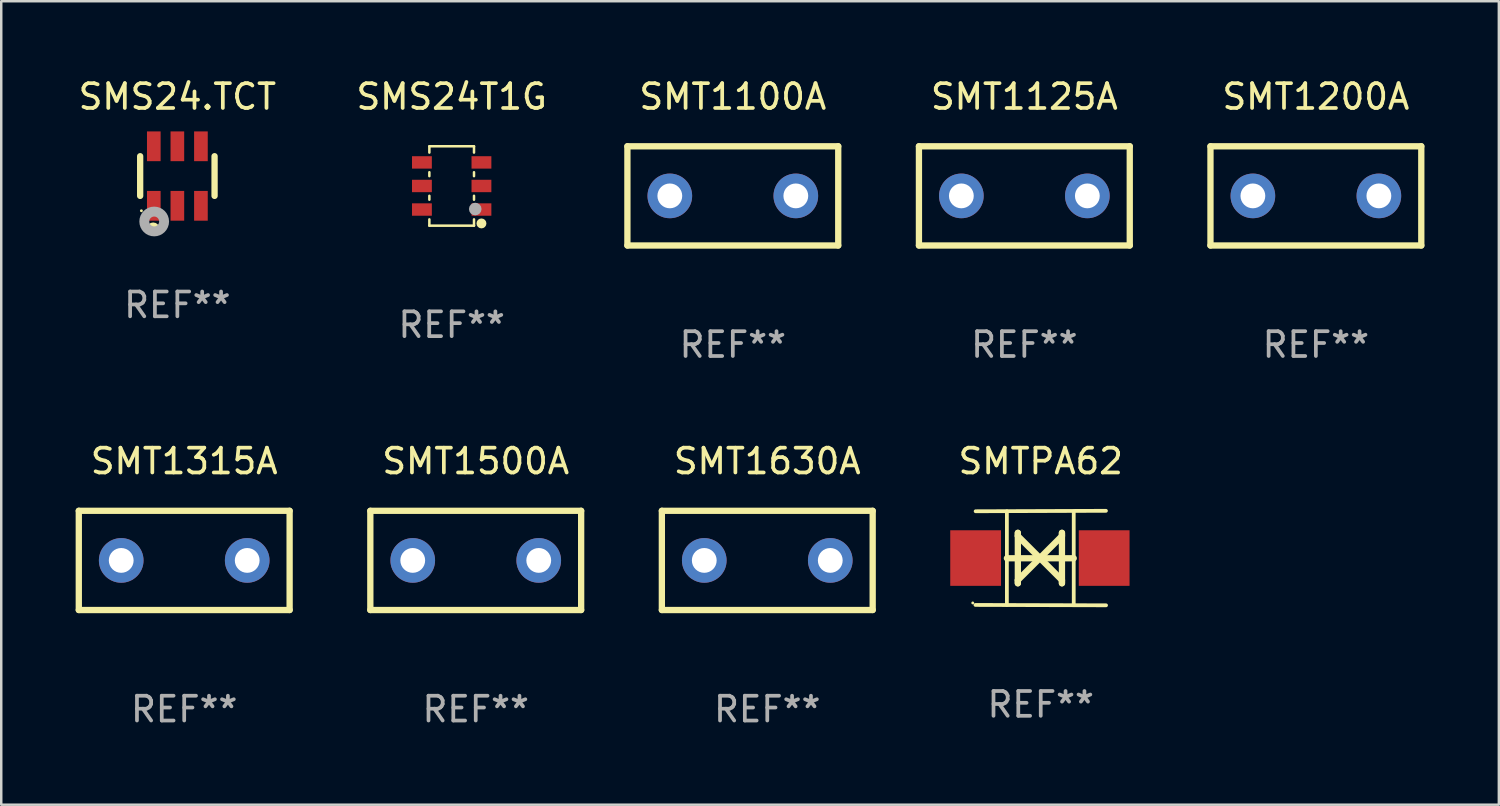
<source format=kicad_pcb>
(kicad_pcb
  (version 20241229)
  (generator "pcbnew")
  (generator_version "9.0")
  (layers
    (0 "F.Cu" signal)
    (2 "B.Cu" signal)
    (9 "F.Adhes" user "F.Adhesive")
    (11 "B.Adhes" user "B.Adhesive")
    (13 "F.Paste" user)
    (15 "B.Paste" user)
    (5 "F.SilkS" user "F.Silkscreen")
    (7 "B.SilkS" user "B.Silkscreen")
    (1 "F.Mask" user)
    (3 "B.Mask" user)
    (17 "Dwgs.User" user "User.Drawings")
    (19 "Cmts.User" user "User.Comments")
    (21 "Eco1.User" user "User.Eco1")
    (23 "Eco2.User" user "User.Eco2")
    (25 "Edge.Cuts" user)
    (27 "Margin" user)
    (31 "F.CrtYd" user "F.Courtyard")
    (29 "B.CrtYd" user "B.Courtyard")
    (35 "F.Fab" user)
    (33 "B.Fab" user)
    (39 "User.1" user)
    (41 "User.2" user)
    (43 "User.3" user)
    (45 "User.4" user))
  (footprint "SMT1100A"
    (layer "F.Cu")
    (at 26.496 4.848)
    (property "Reference" "SMT1100A" (at 0 -4 0) (layer "F.SilkS") (effects (font (size 1 1) (thickness 0.15))))
    (attr through_hole)
    (fp_line (start -4.25 2) (end -4.25 -2) (stroke (width 0.254) (type solid)) (layer "F.SilkS"))
    (fp_line (start -4.25 -2) (end 4.25 -2) (stroke (width 0.254) (type solid)) (layer "F.SilkS"))
    (fp_line (start 4.25 2) (end -4.25 2) (stroke (width 0.254) (type solid)) (layer "F.SilkS"))
    (fp_line (start 4.25 -2) (end 4.25 2) (stroke (width 0.254) (type solid)) (layer "F.SilkS"))
    (fp_circle (center -4.25 2) (end -4.22 2) (stroke (width 0.06) (type solid)) (fill no) (layer "F.SilkS"))
    (fp_text user "REF**" (at 0 6 0) (layer "F.Fab") (effects (font (size 1 1) (thickness 0.15))))
    (pad "1" thru_hole circle (at -2.54 0) (size 1.8 1.8) (drill 1) (layers "*.Cu" "*.Mask"))
    (pad "2" thru_hole circle (at 2.54 0) (size 1.8 1.8) (drill 1) (layers "*.Cu" "*.Mask")))
  (footprint "SMT1125A"
    (layer "F.Cu")
    (at 38.25 4.848)
    (property "Reference" "SMT1125A" (at 0 -4 0) (layer "F.SilkS") (effects (font (size 1 1) (thickness 0.15))))
    (attr through_hole)
    (fp_line (start -4.25 2) (end -4.25 -2) (stroke (width 0.254) (type solid)) (layer "F.SilkS"))
    (fp_line (start -4.25 -2) (end 4.25 -2) (stroke (width 0.254) (type solid)) (layer "F.SilkS"))
    (fp_line (start 4.25 2) (end -4.25 2) (stroke (width 0.254) (type solid)) (layer "F.SilkS"))
    (fp_line (start 4.25 -2) (end 4.25 2) (stroke (width 0.254) (type solid)) (layer "F.SilkS"))
    (fp_circle (center -4.25 2) (end -4.22 2) (stroke (width 0.06) (type solid)) (fill no) (layer "F.SilkS"))
    (fp_text user "REF**" (at 0 6 0) (layer "F.Fab") (effects (font (size 1 1) (thickness 0.15))))
    (pad "1" thru_hole circle (at -2.54 0) (size 1.8 1.8) (drill 1) (layers "*.Cu" "*.Mask"))
    (pad "2" thru_hole circle (at 2.54 0) (size 1.8 1.8) (drill 1) (layers "*.Cu" "*.Mask")))
  (footprint "SMT1200A"
    (layer "F.Cu")
    (at 50.004 4.848)
    (property "Reference" "SMT1200A" (at 0 -4 0) (layer "F.SilkS") (effects (font (size 1 1) (thickness 0.15))))
    (attr through_hole)
    (fp_line (start -4.25 2) (end -4.25 -2) (stroke (width 0.254) (type solid)) (layer "F.SilkS"))
    (fp_line (start -4.25 -2) (end 4.25 -2) (stroke (width 0.254) (type solid)) (layer "F.SilkS"))
    (fp_line (start 4.25 2) (end -4.25 2) (stroke (width 0.254) (type solid)) (layer "F.SilkS"))
    (fp_line (start 4.25 -2) (end 4.25 2) (stroke (width 0.254) (type solid)) (layer "F.SilkS"))
    (fp_circle (center -4.25 2) (end -4.22 2) (stroke (width 0.06) (type solid)) (fill no) (layer "F.SilkS"))
    (fp_text user "REF**" (at 0 6 0) (layer "F.Fab") (effects (font (size 1 1) (thickness 0.15))))
    (pad "1" thru_hole circle (at -2.54 0) (size 1.8 1.8) (drill 1) (layers "*.Cu" "*.Mask"))
    (pad "2" thru_hole circle (at 2.54 0) (size 1.8 1.8) (drill 1) (layers "*.Cu" "*.Mask")))
  (footprint "SMS24T1G"
    (layer "F.Cu")
    (at 15.161 4.448)
    (property "Reference" "SMS24T1G" (at 0 -3.6 0) (layer "F.SilkS") (effects (font (size 1 1) (thickness 0.15))))
    (attr through_hole)
    (fp_line (start -0.9 -1.6) (end 0.9 -1.6) (stroke (width 0.101) (type solid)) (layer "F.SilkS"))
    (fp_line (start -0.9 -1.346) (end -0.9 -1.6) (stroke (width 0.101) (type solid)) (layer "F.SilkS"))
    (fp_line (start -0.9 -0.396) (end -0.9 -0.554) (stroke (width 0.101) (type solid)) (layer "F.SilkS"))
    (fp_line (start -0.9 0.554) (end -0.9 0.396) (stroke (width 0.101) (type solid)) (layer "F.SilkS"))
    (fp_line (start -0.9 1.6) (end -0.9 1.346) (stroke (width 0.101) (type solid)) (layer "F.SilkS"))
    (fp_line (start -0.9 1.6) (end 0.9 1.6) (stroke (width 0.101) (type solid)) (layer "F.SilkS"))
    (fp_line (start 0.9 -1.346) (end 0.9 -1.6) (stroke (width 0.101) (type solid)) (layer "F.SilkS"))
    (fp_line (start 0.9 -0.396) (end 0.9 -0.554) (stroke (width 0.101) (type solid)) (layer "F.SilkS"))
    (fp_line (start 0.9 0.554) (end 0.9 0.396) (stroke (width 0.101) (type solid)) (layer "F.SilkS"))
    (fp_line (start 0.9 1.6) (end 0.9 1.346) (stroke (width 0.101) (type solid)) (layer "F.SilkS"))
    (fp_circle (center 1.2 1.51) (end 1.3 1.51) (stroke (width 0.2) (type solid)) (fill no) (layer "F.SilkS"))
    (fp_circle (center 1.25 1.45) (end 1.28 1.45) (stroke (width 0.06) (type solid)) (fill no) (layer "F.SilkS"))
    (fp_circle (center 0.95 0.93) (end 1.077 0.93) (stroke (width 0.254) (type solid)) (fill no) (layer "F.Fab"))
    (fp_text user "REF**" (at 0 5.6 0) (layer "F.Fab") (effects (font (size 1 1) (thickness 0.15))))
    (pad "1" smd rect (at 1.2 0.95 90) (size 0.5 0.8) (layers "F.Cu" "F.Mask" "F.Paste"))
    (pad "2" smd rect (at 1.2 0 90) (size 0.5 0.8) (layers "F.Cu" "F.Mask" "F.Paste"))
    (pad "3" smd rect (at 1.2 -0.95 90) (size 0.5 0.8) (layers "F.Cu" "F.Mask" "F.Paste"))
    (pad "4" smd rect (at -1.2 -0.95 90) (size 0.5 0.8) (layers "F.Cu" "F.Mask" "F.Paste"))
    (pad "5" smd rect (at -1.2 0 90) (size 0.5 0.8) (layers "F.Cu" "F.Mask" "F.Paste"))
    (pad "6" smd rect (at -1.2 0.95 90) (size 0.5 0.8) (layers "F.Cu" "F.Mask" "F.Paste")))
  (footprint "SMT1315A"
    (layer "F.Cu")
    (at 4.377 19.545)
    (property "Reference" "SMT1315A" (at 0 -4 0) (layer "F.SilkS") (effects (font (size 1 1) (thickness 0.15))))
    (attr through_hole)
    (fp_line (start -4.25 2) (end -4.25 -2) (stroke (width 0.254) (type solid)) (layer "F.SilkS"))
    (fp_line (start -4.25 -2) (end 4.25 -2) (stroke (width 0.254) (type solid)) (layer "F.SilkS"))
    (fp_line (start 4.25 2) (end -4.25 2) (stroke (width 0.254) (type solid)) (layer "F.SilkS"))
    (fp_line (start 4.25 -2) (end 4.25 2) (stroke (width 0.254) (type solid)) (layer "F.SilkS"))
    (fp_circle (center -4.25 2) (end -4.22 2) (stroke (width 0.06) (type solid)) (fill no) (layer "F.SilkS"))
    (fp_text user "REF**" (at 0 6 0) (layer "F.Fab") (effects (font (size 1 1) (thickness 0.15))))
    (pad "1" thru_hole circle (at -2.54 0) (size 1.8 1.8) (drill 1) (layers "*.Cu" "*.Mask"))
    (pad "2" thru_hole circle (at 2.54 0) (size 1.8 1.8) (drill 1) (layers "*.Cu" "*.Mask")))
  (footprint "SMT1630A"
    (layer "F.Cu")
    (at 27.885 19.545)
    (property "Reference" "SMT1630A" (at 0 -4 0) (layer "F.SilkS") (effects (font (size 1 1) (thickness 0.15))))
    (attr through_hole)
    (fp_line (start -4.25 2) (end -4.25 -2) (stroke (width 0.254) (type solid)) (layer "F.SilkS"))
    (fp_line (start -4.25 -2) (end 4.25 -2) (stroke (width 0.254) (type solid)) (layer "F.SilkS"))
    (fp_line (start 4.25 2) (end -4.25 2) (stroke (width 0.254) (type solid)) (layer "F.SilkS"))
    (fp_line (start 4.25 -2) (end 4.25 2) (stroke (width 0.254) (type solid)) (layer "F.SilkS"))
    (fp_circle (center -4.25 2) (end -4.22 2) (stroke (width 0.06) (type solid)) (fill no) (layer "F.SilkS"))
    (fp_text user "REF**" (at 0 6 0) (layer "F.Fab") (effects (font (size 1 1) (thickness 0.15))))
    (pad "1" thru_hole circle (at -2.54 0) (size 1.8 1.8) (drill 1) (layers "*.Cu" "*.Mask"))
    (pad "2" thru_hole circle (at 2.54 0) (size 1.8 1.8) (drill 1) (layers "*.Cu" "*.Mask")))
  (footprint "SMTPA62"
    (layer "F.Cu")
    (at 38.911 19.45)
    (property "Reference" "SMTPA62" (at 0 -3.905 0) (layer "F.SilkS") (effects (font (size 1 1) (thickness 0.15))))
    (attr through_hole)
    (fp_line (start -1.365 1.886) (end -1.365 -1.886) (stroke (width 0.152) (type solid)) (layer "F.SilkS"))
    (fp_line (start -1.365 0.008) (end 1.33 0.008) (stroke (width 0.254) (type solid)) (layer "F.SilkS"))
    (fp_line (start -0.923 -1.016) (end -0.923 1.016) (stroke (width 0.254) (type solid)) (layer "F.SilkS"))
    (fp_line (start -0.923 -0.889) (end -0.923 -1.016) (stroke (width 0.254) (type solid)) (layer "F.SilkS"))
    (fp_line (start -0.923 0.889) (end -0.034 0) (stroke (width 0.254) (type solid)) (layer "F.SilkS"))
    (fp_line (start -0.923 1.016) (end -0.923 0.889) (stroke (width 0.254) (type solid)) (layer "F.SilkS"))
    (fp_line (start -0.034 0) (end -0.923 -0.889) (stroke (width 0.254) (type solid)) (layer "F.SilkS"))
    (fp_line (start -0.034 0) (end 0.855 0.889) (stroke (width 0.254) (type solid)) (layer "F.SilkS"))
    (fp_line (start 0.855 -1.016) (end 0.855 -0.889) (stroke (width 0.254) (type solid)) (layer "F.SilkS"))
    (fp_line (start 0.855 -0.889) (end -0.034 0) (stroke (width 0.254) (type solid)) (layer "F.SilkS"))
    (fp_line (start 0.855 0.889) (end 0.855 1.016) (stroke (width 0.254) (type solid)) (layer "F.SilkS"))
    (fp_line (start 0.855 1.016) (end 0.855 -1.016) (stroke (width 0.254) (type solid)) (layer "F.SilkS"))
    (fp_line (start 1.33 1.886) (end 1.33 -1.886) (stroke (width 0.152) (type solid)) (layer "F.SilkS"))
    (fp_line (start 2.629 -1.905) (end -2.625 -1.887) (stroke (width 0.152) (type solid)) (layer "F.SilkS"))
    (fp_line (start 2.633 1.905) (end -2.633 1.89) (stroke (width 0.152) (type solid)) (layer "F.SilkS"))
    (fp_circle (center -2.741 1.81) (end -2.711 1.81) (stroke (width 0.06) (type solid)) (fill no) (layer "F.SilkS"))
    (fp_text user "REF**" (at 0 5.905 0) (layer "F.Fab") (effects (font (size 1 1) (thickness 0.15))))
    (pad "1" smd rect (at -2.625 0) (size 2.047 2.241) (layers "F.Cu" "F.Mask" "F.Paste"))
    (pad "2" smd rect (at 2.557 0) (size 2.047 2.241) (layers "F.Cu" "F.Mask" "F.Paste")))
  (footprint "SMS24.TCT"
    (layer "F.Cu")
    (at 4.101 4.048)
    (property "Reference" "SMS24.TCT" (at 0 -3.2 0) (layer "F.SilkS") (effects (font (size 1 1) (thickness 0.15))))
    (attr through_hole)
    (fp_line (start -1.5 0.8) (end -1.5 -0.8) (stroke (width 0.254) (type solid)) (layer "F.SilkS"))
    (fp_line (start 1.5 -0.8) (end 1.5 0.8) (stroke (width 0.254) (type solid)) (layer "F.SilkS"))
    (fp_circle (center -1.45 1.4) (end -1.42 1.4) (stroke (width 0.06) (type solid)) (fill no) (layer "F.SilkS"))
    (fp_circle (center -0.975 2.125) (end -0.848 2.125) (stroke (width 0.254) (type solid)) (fill no) (layer "F.SilkS"))
    (fp_circle (center -0.934 1.832) (end -0.735 1.832) (stroke (width 0.4) (type solid)) (fill no) (layer "F.Fab"))
    (fp_text user "REF**" (at 0 5.2 0) (layer "F.Fab") (effects (font (size 1 1) (thickness 0.15))))
    (pad "1" smd rect (at -0.95 1.2) (size 0.55 1.2) (layers "F.Cu" "F.Mask" "F.Paste"))
    (pad "2" smd rect (at 0 1.2) (size 0.55 1.2) (layers "F.Cu" "F.Mask" "F.Paste"))
    (pad "3" smd rect (at 0.95 1.2) (size 0.55 1.2) (layers "F.Cu" "F.Mask" "F.Paste"))
    (pad "4" smd rect (at 0.95 -1.2) (size 0.55 1.2) (layers "F.Cu" "F.Mask" "F.Paste"))
    (pad "5" smd rect (at 0 -1.2) (size 0.55 1.2) (layers "F.Cu" "F.Mask" "F.Paste"))
    (pad "6" smd rect (at -0.95 -1.2) (size 0.55 1.2) (layers "F.Cu" "F.Mask" "F.Paste")))
  (footprint "SMT1500A"
    (layer "F.Cu")
    (at 16.131 19.545)
    (property "Reference" "SMT1500A" (at 0 -4 0) (layer "F.SilkS") (effects (font (size 1 1) (thickness 0.15))))
    (attr through_hole)
    (fp_line (start -4.25 2) (end -4.25 -2) (stroke (width 0.254) (type solid)) (layer "F.SilkS"))
    (fp_line (start -4.25 -2) (end 4.25 -2) (stroke (width 0.254) (type solid)) (layer "F.SilkS"))
    (fp_line (start 4.25 2) (end -4.25 2) (stroke (width 0.254) (type solid)) (layer "F.SilkS"))
    (fp_line (start 4.25 -2) (end 4.25 2) (stroke (width 0.254) (type solid)) (layer "F.SilkS"))
    (fp_circle (center -4.25 2) (end -4.22 2) (stroke (width 0.06) (type solid)) (fill no) (layer "F.SilkS"))
    (fp_text user "REF**" (at 0 6 0) (layer "F.Fab") (effects (font (size 1 1) (thickness 0.15))))
    (pad "1" thru_hole circle (at -2.54 0) (size 1.8 1.8) (drill 1) (layers "*.Cu" "*.Mask"))
    (pad "2" thru_hole circle (at 2.54 0) (size 1.8 1.8) (drill 1) (layers "*.Cu" "*.Mask")))
  (gr_rect
    (start -3 -3)
    (end 57.381 29.393)
    (stroke (width 0.1) (type default))
    (fill no)
    (layer "Edge.Cuts")))
</source>
